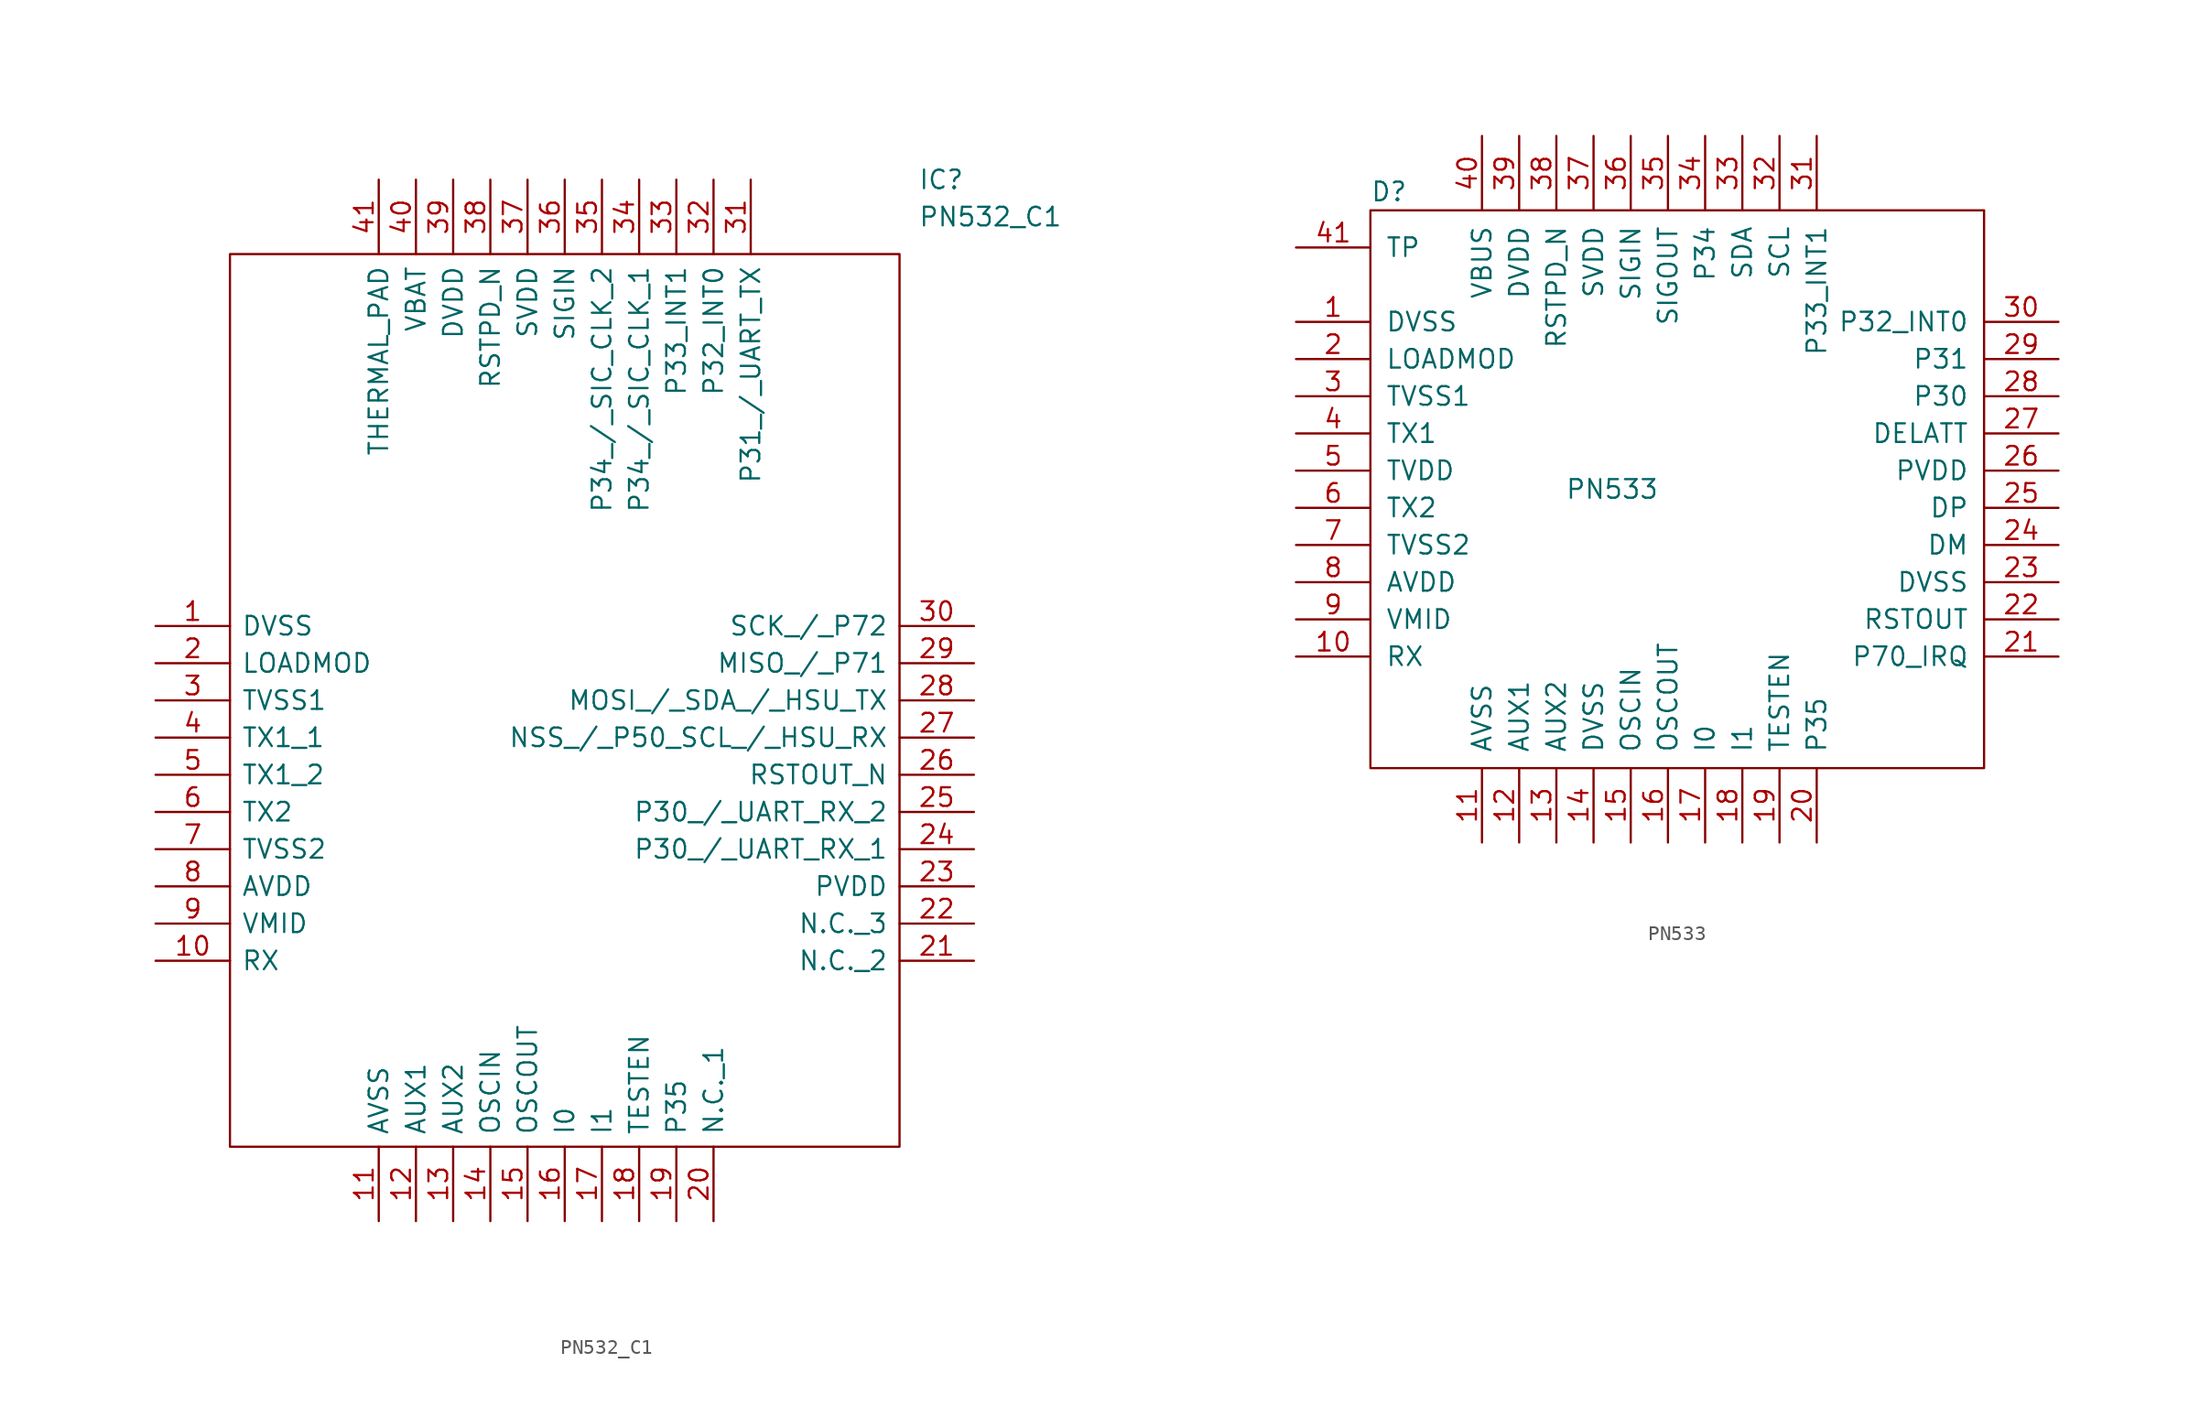
<source format=kicad_sym>
(kicad_symbol_lib
  (version 20211014)
  (generator kicad_symbol_editor)
  (symbol "PN532_C1"
    (pin_names
      (offset 0.762))
    (property "Reference" "IC"
      (at 52.07 30.48 0)
      (effects (font (size 1.27 1.27)) (justify left)))
    (property "Value" "PN532_C1"
      (at 52.07 27.94 0)
      (effects (font (size 1.27 1.27)) (justify left)))
    (symbol "PN532_C1_0_0"
      (pin unspecified line (at 0 0 0) (length 5.08) (name "DVSS" (effects (font (size 1.27 1.27)))) (number "1" (effects (font (size 1.27 1.27)))))
      (pin unspecified line (at 0 -22.86 0) (length 5.08) (name "RX" (effects (font (size 1.27 1.27)))) (number "10" (effects (font (size 1.27 1.27)))))
      (pin unspecified line (at 15.24 -40.64 90) (length 5.08) (name "AVSS" (effects (font (size 1.27 1.27)))) (number "11" (effects (font (size 1.27 1.27)))))
      (pin unspecified line (at 17.78 -40.64 90) (length 5.08) (name "AUX1" (effects (font (size 1.27 1.27)))) (number "12" (effects (font (size 1.27 1.27)))))
      (pin unspecified line (at 20.32 -40.64 90) (length 5.08) (name "AUX2" (effects (font (size 1.27 1.27)))) (number "13" (effects (font (size 1.27 1.27)))))
      (pin unspecified line (at 22.86 -40.64 90) (length 5.08) (name "OSCIN" (effects (font (size 1.27 1.27)))) (number "14" (effects (font (size 1.27 1.27)))))
      (pin unspecified line (at 25.4 -40.64 90) (length 5.08) (name "OSCOUT" (effects (font (size 1.27 1.27)))) (number "15" (effects (font (size 1.27 1.27)))))
      (pin unspecified line (at 27.94 -40.64 90) (length 5.08) (name "I0" (effects (font (size 1.27 1.27)))) (number "16" (effects (font (size 1.27 1.27)))))
      (pin unspecified line (at 30.48 -40.64 90) (length 5.08) (name "I1" (effects (font (size 1.27 1.27)))) (number "17" (effects (font (size 1.27 1.27)))))
      (pin unspecified line (at 33.02 -40.64 90) (length 5.08) (name "TESTEN" (effects (font (size 1.27 1.27)))) (number "18" (effects (font (size 1.27 1.27)))))
      (pin unspecified line (at 35.56 -40.64 90) (length 5.08) (name "P35" (effects (font (size 1.27 1.27)))) (number "19" (effects (font (size 1.27 1.27)))))
      (pin unspecified line (at 0 -2.54 0) (length 5.08) (name "LOADMOD" (effects (font (size 1.27 1.27)))) (number "2" (effects (font (size 1.27 1.27)))))
      (pin unspecified line (at 38.1 -40.64 90) (length 5.08) (name "N.C._1" (effects (font (size 1.27 1.27)))) (number "20" (effects (font (size 1.27 1.27)))))
      (pin unspecified line (at 55.88 -22.86 180) (length 5.08) (name "N.C._2" (effects (font (size 1.27 1.27)))) (number "21" (effects (font (size 1.27 1.27)))))
      (pin unspecified line (at 55.88 -20.32 180) (length 5.08) (name "N.C._3" (effects (font (size 1.27 1.27)))) (number "22" (effects (font (size 1.27 1.27)))))
      (pin unspecified line (at 55.88 -17.78 180) (length 5.08) (name "PVDD" (effects (font (size 1.27 1.27)))) (number "23" (effects (font (size 1.27 1.27)))))
      (pin unspecified line (at 55.88 -15.24 180) (length 5.08) (name "P30_/_UART_RX_1" (effects (font (size 1.27 1.27)))) (number "24" (effects (font (size 1.27 1.27)))))
      (pin unspecified line (at 55.88 -12.7 180) (length 5.08) (name "P30_/_UART_RX_2" (effects (font (size 1.27 1.27)))) (number "25" (effects (font (size 1.27 1.27)))))
      (pin unspecified line (at 55.88 -10.16 180) (length 5.08) (name "RSTOUT_N" (effects (font (size 1.27 1.27)))) (number "26" (effects (font (size 1.27 1.27)))))
      (pin unspecified line (at 55.88 -7.62 180) (length 5.08) (name "NSS_/_P50_SCL_/_HSU_RX" (effects (font (size 1.27 1.27)))) (number "27" (effects (font (size 1.27 1.27)))))
      (pin unspecified line (at 55.88 -5.08 180) (length 5.08) (name "MOSI_/_SDA_/_HSU_TX" (effects (font (size 1.27 1.27)))) (number "28" (effects (font (size 1.27 1.27)))))
      (pin unspecified line (at 55.88 -2.54 180) (length 5.08) (name "MISO_/_P71" (effects (font (size 1.27 1.27)))) (number "29" (effects (font (size 1.27 1.27)))))
      (pin unspecified line (at 0 -5.08 0) (length 5.08) (name "TVSS1" (effects (font (size 1.27 1.27)))) (number "3" (effects (font (size 1.27 1.27)))))
      (pin unspecified line (at 55.88 0 180) (length 5.08) (name "SCK_/_P72" (effects (font (size 1.27 1.27)))) (number "30" (effects (font (size 1.27 1.27)))))
      (pin unspecified line (at 40.64 30.48 270) (length 5.08) (name "P31_/_UART_TX" (effects (font (size 1.27 1.27)))) (number "31" (effects (font (size 1.27 1.27)))))
      (pin unspecified line (at 38.1 30.48 270) (length 5.08) (name "P32_INT0" (effects (font (size 1.27 1.27)))) (number "32" (effects (font (size 1.27 1.27)))))
      (pin unspecified line (at 35.56 30.48 270) (length 5.08) (name "P33_INT1" (effects (font (size 1.27 1.27)))) (number "33" (effects (font (size 1.27 1.27)))))
      (pin unspecified line (at 33.02 30.48 270) (length 5.08) (name "P34_/_SIC_CLK_1" (effects (font (size 1.27 1.27)))) (number "34" (effects (font (size 1.27 1.27)))))
      (pin unspecified line (at 30.48 30.48 270) (length 5.08) (name "P34_/_SIC_CLK_2" (effects (font (size 1.27 1.27)))) (number "35" (effects (font (size 1.27 1.27)))))
      (pin unspecified line (at 27.94 30.48 270) (length 5.08) (name "SIGIN" (effects (font (size 1.27 1.27)))) (number "36" (effects (font (size 1.27 1.27)))))
      (pin unspecified line (at 25.4 30.48 270) (length 5.08) (name "SVDD" (effects (font (size 1.27 1.27)))) (number "37" (effects (font (size 1.27 1.27)))))
      (pin unspecified line (at 22.86 30.48 270) (length 5.08) (name "RSTPD_N" (effects (font (size 1.27 1.27)))) (number "38" (effects (font (size 1.27 1.27)))))
      (pin unspecified line (at 20.32 30.48 270) (length 5.08) (name "DVDD" (effects (font (size 1.27 1.27)))) (number "39" (effects (font (size 1.27 1.27)))))
      (pin unspecified line (at 0 -7.62 0) (length 5.08) (name "TX1_1" (effects (font (size 1.27 1.27)))) (number "4" (effects (font (size 1.27 1.27)))))
      (pin unspecified line (at 17.78 30.48 270) (length 5.08) (name "VBAT" (effects (font (size 1.27 1.27)))) (number "40" (effects (font (size 1.27 1.27)))))
      (pin unspecified line (at 15.24 30.48 270) (length 5.08) (name "THERMAL_PAD" (effects (font (size 1.27 1.27)))) (number "41" (effects (font (size 1.27 1.27)))))
      (pin unspecified line (at 0 -10.16 0) (length 5.08) (name "TX1_2" (effects (font (size 1.27 1.27)))) (number "5" (effects (font (size 1.27 1.27)))))
      (pin unspecified line (at 0 -12.7 0) (length 5.08) (name "TX2" (effects (font (size 1.27 1.27)))) (number "6" (effects (font (size 1.27 1.27)))))
      (pin unspecified line (at 0 -15.24 0) (length 5.08) (name "TVSS2" (effects (font (size 1.27 1.27)))) (number "7" (effects (font (size 1.27 1.27)))))
      (pin unspecified line (at 0 -17.78 0) (length 5.08) (name "AVDD" (effects (font (size 1.27 1.27)))) (number "8" (effects (font (size 1.27 1.27)))))
      (pin unspecified line (at 0 -20.32 0) (length 5.08) (name "VMID" (effects (font (size 1.27 1.27)))) (number "9" (effects (font (size 1.27 1.27))))))
    (symbol "PN532_C1_0_1"
      (polyline (pts (xy 5.08 25.4) (xy 50.8 25.4) (xy 50.8 -35.56) (xy 5.08 -35.56) (xy 5.08 25.4)) (stroke (width 0.152) (type default) (color 0 0 0 0)) (fill (type none)))))
  (symbol "PN533"
    (pin_names
      (offset 1.016))
    (property "Reference" "D"
      (at 1.27 39.37 0)
      (effects (font (size 1.27 1.27))))
    (property "Value" "PN533"
      (at 16.51 19.05 0)
      (effects (font (size 1.27 1.27))))
    (symbol "PN533_0_1"
      (rectangle (start 0 0) (end 41.91 38.1) (stroke (width 0) (type default) (color 0 0 0 0)) (fill (type none))))
    (symbol "PN533_1_1"
      (pin power_in line (at -5.08 30.48 0) (length 5.08) (name "DVSS" (effects (font (size 1.27 1.27)))) (number "1" (effects (font (size 1.27 1.27)))))
      (pin input line (at -5.08 7.62 0) (length 5.08) (name "RX" (effects (font (size 1.27 1.27)))) (number "10" (effects (font (size 1.27 1.27)))))
      (pin power_in line (at 7.62 -5.08 90) (length 5.08) (name "AVSS" (effects (font (size 1.27 1.27)))) (number "11" (effects (font (size 1.27 1.27)))))
      (pin output line (at 10.16 -5.08 90) (length 5.08) (name "AUX1" (effects (font (size 1.27 1.27)))) (number "12" (effects (font (size 1.27 1.27)))))
      (pin output line (at 12.7 -5.08 90) (length 5.08) (name "AUX2" (effects (font (size 1.27 1.27)))) (number "13" (effects (font (size 1.27 1.27)))))
      (pin power_in line (at 15.24 -5.08 90) (length 5.08) (name "DVSS" (effects (font (size 1.27 1.27)))) (number "14" (effects (font (size 1.27 1.27)))))
      (pin input line (at 17.78 -5.08 90) (length 5.08) (name "OSCIN" (effects (font (size 1.27 1.27)))) (number "15" (effects (font (size 1.27 1.27)))))
      (pin output line (at 20.32 -5.08 90) (length 5.08) (name "OSCOUT" (effects (font (size 1.27 1.27)))) (number "16" (effects (font (size 1.27 1.27)))))
      (pin input line (at 22.86 -5.08 90) (length 5.08) (name "I0" (effects (font (size 1.27 1.27)))) (number "17" (effects (font (size 1.27 1.27)))))
      (pin input line (at 25.4 -5.08 90) (length 5.08) (name "I1" (effects (font (size 1.27 1.27)))) (number "18" (effects (font (size 1.27 1.27)))))
      (pin input line (at 27.94 -5.08 90) (length 5.08) (name "TESTEN" (effects (font (size 1.27 1.27)))) (number "19" (effects (font (size 1.27 1.27)))))
      (pin output line (at -5.08 27.94 0) (length 5.08) (name "LOADMOD" (effects (font (size 1.27 1.27)))) (number "2" (effects (font (size 1.27 1.27)))))
      (pin bidirectional line (at 30.48 -5.08 90) (length 5.08) (name "P35" (effects (font (size 1.27 1.27)))) (number "20" (effects (font (size 1.27 1.27)))))
      (pin bidirectional line (at 46.99 7.62 180) (length 5.08) (name "P70_IRQ" (effects (font (size 1.27 1.27)))) (number "21" (effects (font (size 1.27 1.27)))))
      (pin output line (at 46.99 10.16 180) (length 5.08) (name "RSTOUT" (effects (font (size 1.27 1.27)))) (number "22" (effects (font (size 1.27 1.27)))))
      (pin power_out line (at 46.99 12.7 180) (length 5.08) (name "DVSS" (effects (font (size 1.27 1.27)))) (number "23" (effects (font (size 1.27 1.27)))))
      (pin bidirectional line (at 46.99 15.24 180) (length 5.08) (name "DM" (effects (font (size 1.27 1.27)))) (number "24" (effects (font (size 1.27 1.27)))))
      (pin bidirectional line (at 46.99 17.78 180) (length 5.08) (name "DP" (effects (font (size 1.27 1.27)))) (number "25" (effects (font (size 1.27 1.27)))))
      (pin power_in line (at 46.99 20.32 180) (length 5.08) (name "PVDD" (effects (font (size 1.27 1.27)))) (number "26" (effects (font (size 1.27 1.27)))))
      (pin output line (at 46.99 22.86 180) (length 5.08) (name "DELATT" (effects (font (size 1.27 1.27)))) (number "27" (effects (font (size 1.27 1.27)))))
      (pin bidirectional line (at 46.99 25.4 180) (length 5.08) (name "P30" (effects (font (size 1.27 1.27)))) (number "28" (effects (font (size 1.27 1.27)))))
      (pin bidirectional line (at 46.99 27.94 180) (length 5.08) (name "P31" (effects (font (size 1.27 1.27)))) (number "29" (effects (font (size 1.27 1.27)))))
      (pin power_in line (at -5.08 25.4 0) (length 5.08) (name "TVSS1" (effects (font (size 1.27 1.27)))) (number "3" (effects (font (size 1.27 1.27)))))
      (pin bidirectional line (at 46.99 30.48 180) (length 5.08) (name "P32_INT0" (effects (font (size 1.27 1.27)))) (number "30" (effects (font (size 1.27 1.27)))))
      (pin bidirectional line (at 30.48 43.18 270) (length 5.08) (name "P33_INT1" (effects (font (size 1.27 1.27)))) (number "31" (effects (font (size 1.27 1.27)))))
      (pin bidirectional line (at 27.94 43.18 270) (length 5.08) (name "SCL" (effects (font (size 1.27 1.27)))) (number "32" (effects (font (size 1.27 1.27)))))
      (pin bidirectional line (at 25.4 43.18 270) (length 5.08) (name "SDA" (effects (font (size 1.27 1.27)))) (number "33" (effects (font (size 1.27 1.27)))))
      (pin bidirectional line (at 22.86 43.18 270) (length 5.08) (name "P34" (effects (font (size 1.27 1.27)))) (number "34" (effects (font (size 1.27 1.27)))))
      (pin output line (at 20.32 43.18 270) (length 5.08) (name "SIGOUT" (effects (font (size 1.27 1.27)))) (number "35" (effects (font (size 1.27 1.27)))))
      (pin input line (at 17.78 43.18 270) (length 5.08) (name "SIGIN" (effects (font (size 1.27 1.27)))) (number "36" (effects (font (size 1.27 1.27)))))
      (pin power_in line (at 15.24 43.18 270) (length 5.08) (name "SVDD" (effects (font (size 1.27 1.27)))) (number "37" (effects (font (size 1.27 1.27)))))
      (pin input line (at 12.7 43.18 270) (length 5.08) (name "RSTPD_N" (effects (font (size 1.27 1.27)))) (number "38" (effects (font (size 1.27 1.27)))))
      (pin power_in line (at 10.16 43.18 270) (length 5.08) (name "DVDD" (effects (font (size 1.27 1.27)))) (number "39" (effects (font (size 1.27 1.27)))))
      (pin output line (at -5.08 22.86 0) (length 5.08) (name "TX1" (effects (font (size 1.27 1.27)))) (number "4" (effects (font (size 1.27 1.27)))))
      (pin power_in line (at 7.62 43.18 270) (length 5.08) (name "VBUS" (effects (font (size 1.27 1.27)))) (number "40" (effects (font (size 1.27 1.27)))))
      (pin power_in line (at -5.08 35.56 0) (length 5.08) (name "TP" (effects (font (size 1.27 1.27)))) (number "41" (effects (font (size 1.27 1.27)))))
      (pin power_in line (at -5.08 20.32 0) (length 5.08) (name "TVDD" (effects (font (size 1.27 1.27)))) (number "5" (effects (font (size 1.27 1.27)))))
      (pin output line (at -5.08 17.78 0) (length 5.08) (name "TX2" (effects (font (size 1.27 1.27)))) (number "6" (effects (font (size 1.27 1.27)))))
      (pin power_in line (at -5.08 15.24 0) (length 5.08) (name "TVSS2" (effects (font (size 1.27 1.27)))) (number "7" (effects (font (size 1.27 1.27)))))
      (pin power_in line (at -5.08 12.7 0) (length 5.08) (name "AVDD" (effects (font (size 1.27 1.27)))) (number "8" (effects (font (size 1.27 1.27)))))
      (pin power_in line (at -5.08 10.16 0) (length 5.08) (name "VMID" (effects (font (size 1.27 1.27)))) (number "9" (effects (font (size 1.27 1.27))))))))
</source>
